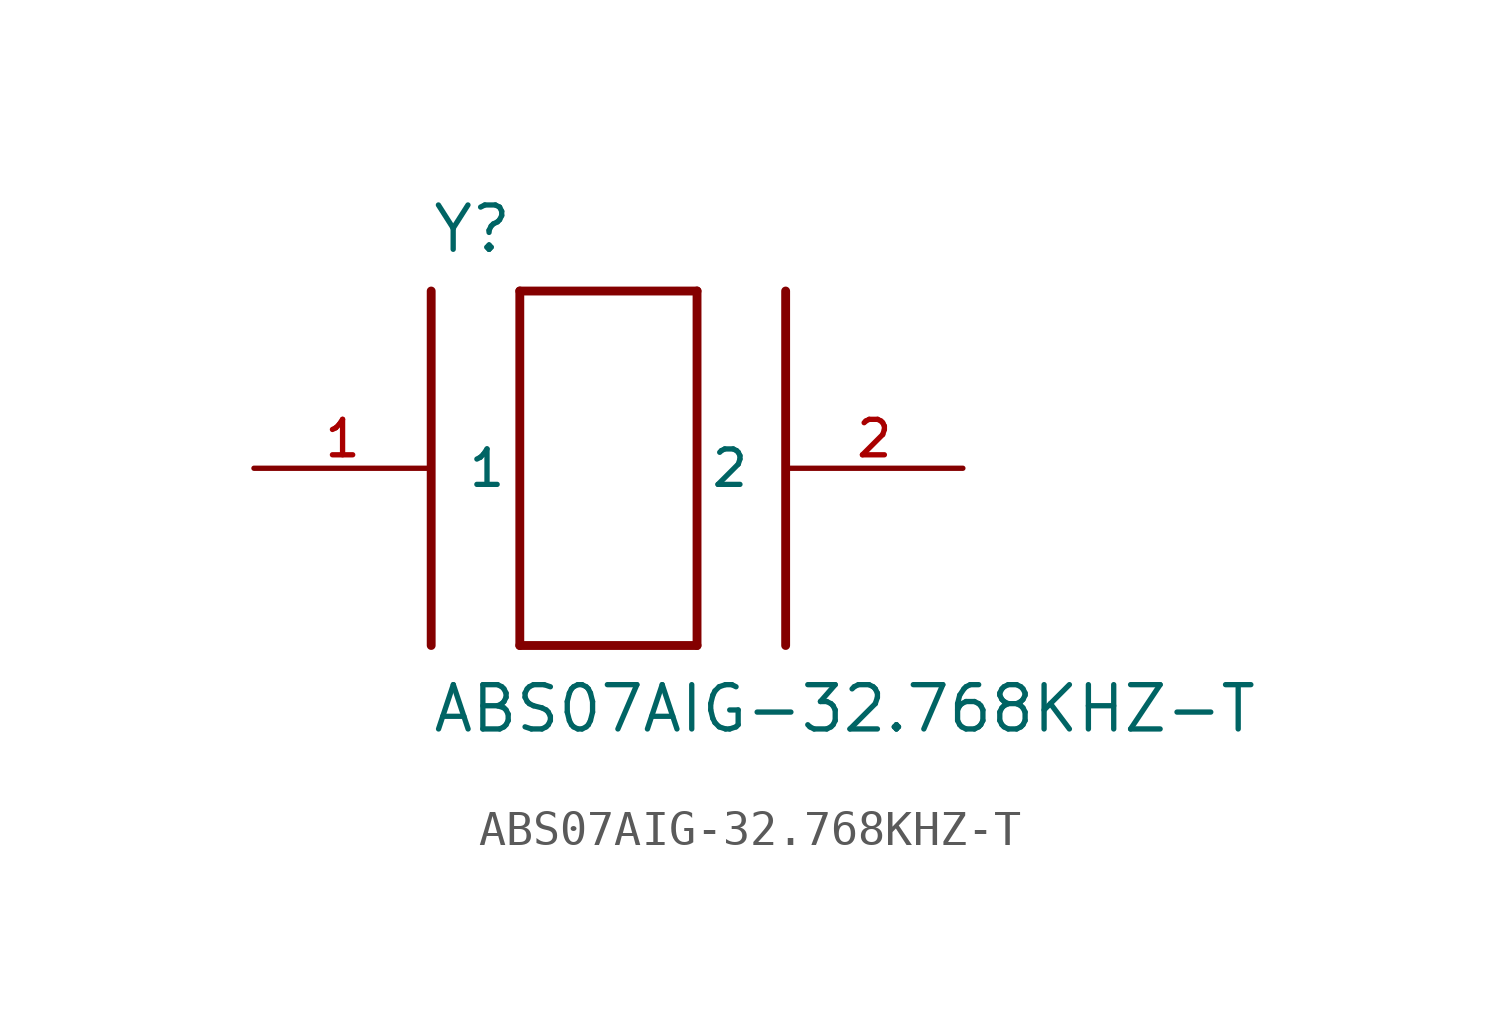
<source format=kicad_sym>
(kicad_symbol_lib
  (version 20211014)
  (generator kicad_symbol_editor)
  (symbol "ABS07AIG-32.768KHZ-T"
    (pin_names
      (offset 1.016))
    (property "Reference" "Y"
      (at -5.094 6.113 0)
      (effects (font (size 1.27 1.27)) (justify bottom left)))
    (property "Value" "ABS07AIG-32.768KHZ-T"
      (at -5.09 -7.636 0)
      (effects (font (size 1.27 1.27)) (justify bottom left)))
    (symbol "ABS07AIG-32.768KHZ-T_0_0"
      (polyline (pts (xy -2.54 5.08) (xy 2.54 5.08)) (stroke (width 0.254)))
      (polyline (pts (xy 2.54 5.08) (xy 2.54 -5.08)) (stroke (width 0.254)))
      (polyline (pts (xy 2.54 -5.08) (xy -2.54 -5.08)) (stroke (width 0.254)))
      (polyline (pts (xy -2.54 -5.08) (xy -2.54 5.08)) (stroke (width 0.254)))
      (polyline (pts (xy -5.08 5.08) (xy -5.08 -5.08)) (stroke (width 0.254)))
      (polyline (pts (xy 5.08 5.08) (xy 5.08 -5.08)) (stroke (width 0.254)))
      (pin passive line (at -10.16 0.0 0) (length 5.08) (name "1" (effects (font (size 1.016 1.016)))) (number "1" (effects (font (size 1.016 1.016)))))
      (pin passive line (at 10.16 0.0 180.0) (length 5.08) (name "2" (effects (font (size 1.016 1.016)))) (number "2" (effects (font (size 1.016 1.016))))))))
</source>
